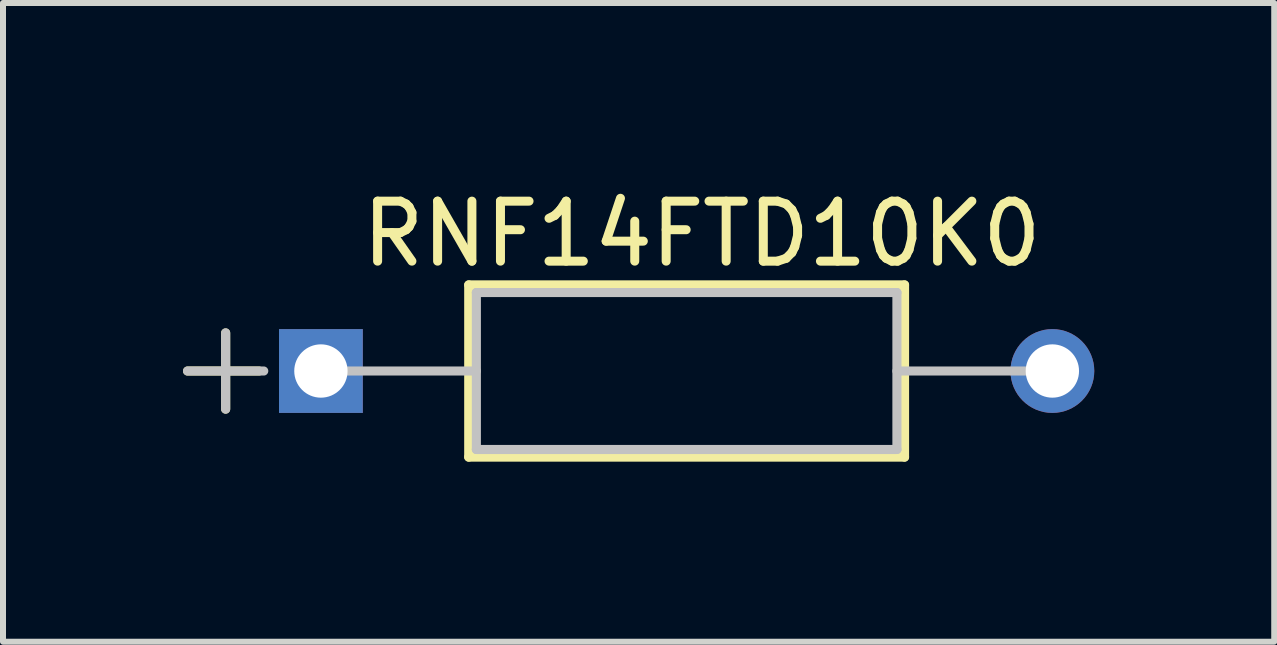
<source format=kicad_pcb>
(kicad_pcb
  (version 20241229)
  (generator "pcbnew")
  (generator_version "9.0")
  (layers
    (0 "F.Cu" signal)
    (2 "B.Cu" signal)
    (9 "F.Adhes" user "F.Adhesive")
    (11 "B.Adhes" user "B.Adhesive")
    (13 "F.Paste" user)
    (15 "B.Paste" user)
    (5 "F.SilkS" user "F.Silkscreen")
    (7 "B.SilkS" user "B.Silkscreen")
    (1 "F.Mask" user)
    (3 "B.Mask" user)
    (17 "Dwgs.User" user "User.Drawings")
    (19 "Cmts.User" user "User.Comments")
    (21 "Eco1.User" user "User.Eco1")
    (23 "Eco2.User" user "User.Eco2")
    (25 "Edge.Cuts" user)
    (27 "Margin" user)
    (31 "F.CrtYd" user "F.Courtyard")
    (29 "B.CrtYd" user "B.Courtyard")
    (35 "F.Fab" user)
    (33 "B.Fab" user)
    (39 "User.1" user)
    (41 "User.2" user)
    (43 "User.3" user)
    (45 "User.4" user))
  (footprint "RNF14FTD10K0"
    (layer "F.Cu")
    (at 14.491 3.134)
    (property "Reference" "RNF14FTD10K0" (at -5.842 -2.286 0) (layer "F.SilkS") (effects (font (size 1 1) (thickness 0.15))))
    (attr through_hole)
    (fp_line (start -14.415 0) (end -13.223 0) (stroke (width 0.152) (type solid)) (layer "F.SilkS"))
    (fp_line (start -13.78 -0.635) (end -13.78 0.635) (stroke (width 0.152) (type solid)) (layer "F.SilkS"))
    (fp_line (start -9.728 -1.435) (end -9.728 1.435) (stroke (width 0.152) (type solid)) (layer "F.SilkS"))
    (fp_line (start -9.728 1.435) (end -2.464 1.435) (stroke (width 0.152) (type solid)) (layer "F.SilkS"))
    (fp_line (start -2.464 -1.435) (end -9.728 -1.435) (stroke (width 0.152) (type solid)) (layer "F.SilkS"))
    (fp_line (start -2.464 1.435) (end -2.464 -1.435) (stroke (width 0.152) (type solid)) (layer "F.SilkS"))
    (fp_line (start -14.415 0) (end -13.145 0) (stroke (width 0.152) (type solid)) (layer "Dwgs.User"))
    (fp_line (start -13.78 -0.635) (end -13.78 0.635) (stroke (width 0.152) (type solid)) (layer "Dwgs.User"))
    (fp_line (start -12.192 0) (end -9.601 0) (stroke (width 0.152) (type solid)) (layer "Dwgs.User"))
    (fp_line (start -9.601 -1.308) (end -9.601 1.308) (stroke (width 0.152) (type solid)) (layer "Dwgs.User"))
    (fp_line (start -9.601 1.308) (end -2.591 1.308) (stroke (width 0.152) (type solid)) (layer "Dwgs.User"))
    (fp_line (start -2.591 -1.308) (end -9.601 -1.308) (stroke (width 0.152) (type solid)) (layer "Dwgs.User"))
    (fp_line (start -2.591 1.308) (end -2.591 -1.308) (stroke (width 0.152) (type solid)) (layer "Dwgs.User"))
    (fp_line (start 0 0) (end -2.591 0) (stroke (width 0.152) (type solid)) (layer "Dwgs.User"))
    (pad "1" thru_hole rect (at -12.192 0) (size 1.397 1.397) (drill 0.889) (layers "*.Cu" "*.Mask"))
    (pad "2" thru_hole circle (at 0 0) (size 1.397 1.397) (drill 0.889) (layers "*.Cu" "*.Mask")))
  (gr_rect
    (start -3 -3)
    (end 18.189 7.646)
    (stroke (width 0.1) (type default))
    (fill no)
    (layer "Edge.Cuts")))
</source>
